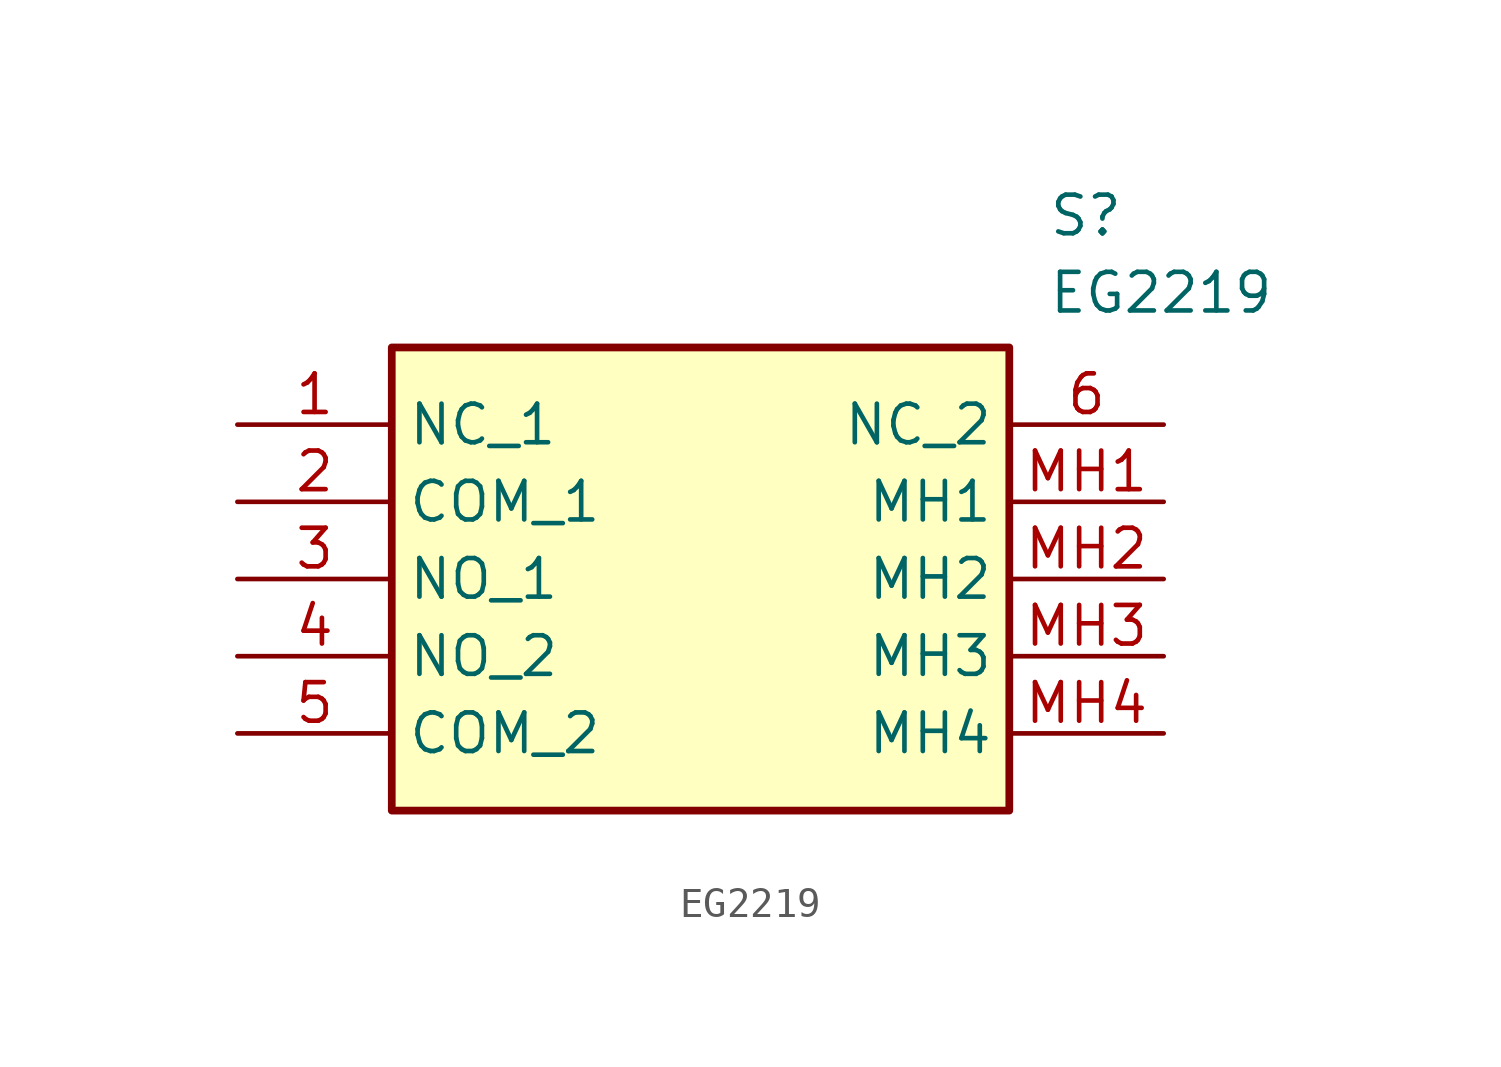
<source format=kicad_sym>
(kicad_symbol_lib
  (version 20211014)
  (generator SamacSys_ECAD_Model)
  (symbol "EG2219"
    (property "Reference" "S"
      (at 26.67 7.62 0)
      (effects (font (size 1.27 1.27)) (justify left top)))
    (property "Value" "EG2219"
      (at 26.67 5.08 0)
      (effects (font (size 1.27 1.27)) (justify left top)))
    (rectangle
      (start 5.08 2.54)
      (end 25.4 -12.7)
      (stroke (width 0.254) (type default))
      (fill (type background)))
    (pin passive line
      (at 0 0 0)
      (length 5.08)
      (name "NC_1" (effects (font (size 1.27 1.27))))
      (number "1" (effects (font (size 1.27 1.27)))))
    (pin passive line
      (at 0 -2.54 0)
      (length 5.08)
      (name "COM_1" (effects (font (size 1.27 1.27))))
      (number "2" (effects (font (size 1.27 1.27)))))
    (pin passive line
      (at 0 -5.08 0)
      (length 5.08)
      (name "NO_1" (effects (font (size 1.27 1.27))))
      (number "3" (effects (font (size 1.27 1.27)))))
    (pin passive line
      (at 0 -7.62 0)
      (length 5.08)
      (name "NO_2" (effects (font (size 1.27 1.27))))
      (number "4" (effects (font (size 1.27 1.27)))))
    (pin passive line
      (at 0 -10.16 0)
      (length 5.08)
      (name "COM_2" (effects (font (size 1.27 1.27))))
      (number "5" (effects (font (size 1.27 1.27)))))
    (pin passive line
      (at 30.48 0 180)
      (length 5.08)
      (name "NC_2" (effects (font (size 1.27 1.27))))
      (number "6" (effects (font (size 1.27 1.27)))))
    (pin passive line
      (at 30.48 -2.54 180)
      (length 5.08)
      (name "MH1" (effects (font (size 1.27 1.27))))
      (number "MH1" (effects (font (size 1.27 1.27)))))
    (pin passive line
      (at 30.48 -5.08 180)
      (length 5.08)
      (name "MH2" (effects (font (size 1.27 1.27))))
      (number "MH2" (effects (font (size 1.27 1.27)))))
    (pin passive line
      (at 30.48 -7.62 180)
      (length 5.08)
      (name "MH3" (effects (font (size 1.27 1.27))))
      (number "MH3" (effects (font (size 1.27 1.27)))))
    (pin passive line
      (at 30.48 -10.16 180)
      (length 5.08)
      (name "MH4" (effects (font (size 1.27 1.27))))
      (number "MH4" (effects (font (size 1.27 1.27)))))))
</source>
